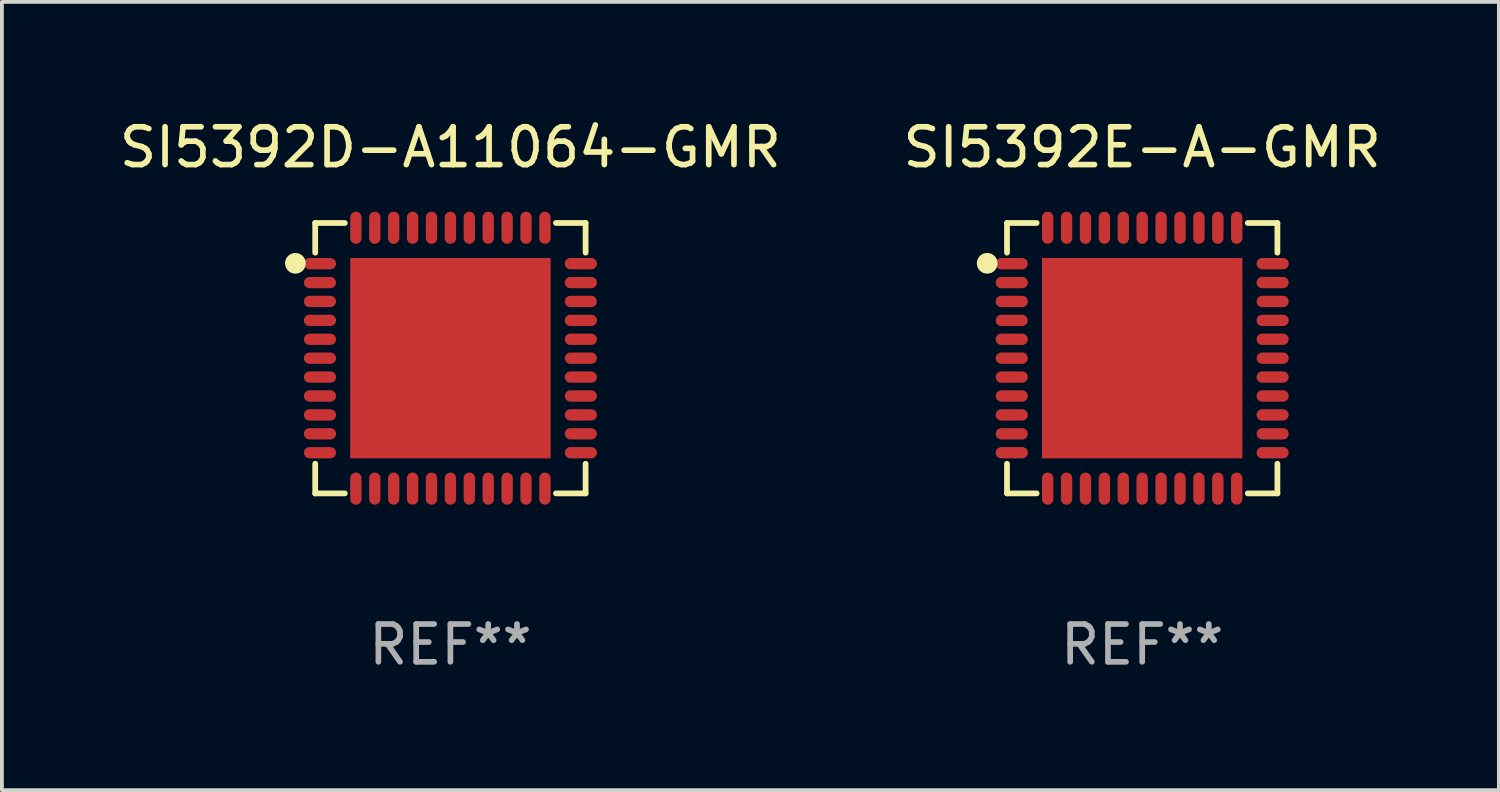
<source format=kicad_pcb>
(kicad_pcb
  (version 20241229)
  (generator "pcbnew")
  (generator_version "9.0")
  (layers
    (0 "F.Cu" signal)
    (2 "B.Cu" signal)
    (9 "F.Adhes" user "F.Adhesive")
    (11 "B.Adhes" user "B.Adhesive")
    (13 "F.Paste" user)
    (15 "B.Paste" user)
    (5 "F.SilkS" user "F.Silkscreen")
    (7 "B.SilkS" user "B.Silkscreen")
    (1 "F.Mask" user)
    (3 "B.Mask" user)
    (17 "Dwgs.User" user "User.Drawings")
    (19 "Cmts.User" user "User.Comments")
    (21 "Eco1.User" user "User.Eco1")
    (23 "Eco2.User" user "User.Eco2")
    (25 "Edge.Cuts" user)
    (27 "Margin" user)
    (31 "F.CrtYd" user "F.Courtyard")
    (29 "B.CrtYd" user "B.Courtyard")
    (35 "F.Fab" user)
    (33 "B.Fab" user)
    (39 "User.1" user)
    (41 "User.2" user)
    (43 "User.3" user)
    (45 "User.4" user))
  (footprint "SI5392E-A-GMR"
    (layer "F.Cu")
    (at 27.161 6.424)
    (property "Reference" "SI5392E-A-GMR" (at 0 -5.576 0) (layer "F.SilkS") (effects (font (size 1 1) (thickness 0.15))))
    (attr through_hole)
    (fp_line (start -3.576 -3.576) (end -2.792 -3.576) (stroke (width 0.152) (type solid)) (layer "F.SilkS"))
    (fp_line (start -3.576 -2.792) (end -3.576 -3.576) (stroke (width 0.152) (type solid)) (layer "F.SilkS"))
    (fp_line (start -3.576 2.792) (end -3.576 3.576) (stroke (width 0.152) (type solid)) (layer "F.SilkS"))
    (fp_line (start -3.576 3.576) (end -2.792 3.576) (stroke (width 0.152) (type solid)) (layer "F.SilkS"))
    (fp_line (start 3.576 -3.576) (end 2.792 -3.576) (stroke (width 0.152) (type solid)) (layer "F.SilkS"))
    (fp_line (start 3.576 -2.792) (end 3.576 -3.576) (stroke (width 0.152) (type solid)) (layer "F.SilkS"))
    (fp_line (start 3.576 2.792) (end 3.576 3.576) (stroke (width 0.152) (type solid)) (layer "F.SilkS"))
    (fp_line (start 3.576 3.576) (end 2.792 3.576) (stroke (width 0.152) (type solid)) (layer "F.SilkS"))
    (fp_arc (start -4.01016 -2.489967) (mid -3.990094 -2.494704) (end -3.970028 -2.489967) (stroke (width 0.254001) (type solid)) (layer "F.SilkS"))
    (fp_arc (start -3.970028 -2.489967) (mid -3.990094 -2.469901) (end -4.01016 -2.489967) (stroke (width 0.254001) (type solid)) (layer "F.SilkS"))
    (fp_circle (center -4.1 -2.51) (end -4.08 -2.51) (stroke (width 0.254) (type solid)) (fill no) (layer "F.SilkS"))
    (fp_text user "REF**" (at 0 7.576 0) (layer "F.Fab") (effects (font (size 1 1) (thickness 0.15))))
    (pad "1" smd oval (at -3.45 -2.5) (size 0.85 0.3) (layers "F.Cu" "F.Mask" "F.Paste"))
    (pad "2" smd oval (at -3.45 -2) (size 0.85 0.3) (layers "F.Cu" "F.Mask" "F.Paste"))
    (pad "3" smd oval (at -3.45 -1.5) (size 0.85 0.3) (layers "F.Cu" "F.Mask" "F.Paste"))
    (pad "4" smd oval (at -3.45 -1) (size 0.85 0.3) (layers "F.Cu" "F.Mask" "F.Paste"))
    (pad "5" smd oval (at -3.45 -0.5) (size 0.85 0.3) (layers "F.Cu" "F.Mask" "F.Paste"))
    (pad "6" smd oval (at -3.45 0) (size 0.85 0.3) (layers "F.Cu" "F.Mask" "F.Paste"))
    (pad "7" smd oval (at -3.45 0.5) (size 0.85 0.3) (layers "F.Cu" "F.Mask" "F.Paste"))
    (pad "8" smd oval (at -3.45 1) (size 0.85 0.3) (layers "F.Cu" "F.Mask" "F.Paste"))
    (pad "9" smd oval (at -3.45 1.5) (size 0.85 0.3) (layers "F.Cu" "F.Mask" "F.Paste"))
    (pad "10" smd oval (at -3.45 2) (size 0.85 0.3) (layers "F.Cu" "F.Mask" "F.Paste"))
    (pad "11" smd oval (at -3.45 2.5) (size 0.85 0.3) (layers "F.Cu" "F.Mask" "F.Paste"))
    (pad "12" smd oval (at -2.5 3.45) (size 0.3 0.85) (layers "F.Cu" "F.Mask" "F.Paste"))
    (pad "13" smd oval (at -2 3.45) (size 0.3 0.85) (layers "F.Cu" "F.Mask" "F.Paste"))
    (pad "14" smd oval (at -1.5 3.45) (size 0.3 0.85) (layers "F.Cu" "F.Mask" "F.Paste"))
    (pad "15" smd oval (at -1 3.45) (size 0.3 0.85) (layers "F.Cu" "F.Mask" "F.Paste"))
    (pad "16" smd oval (at -0.5 3.45) (size 0.3 0.85) (layers "F.Cu" "F.Mask" "F.Paste"))
    (pad "17" smd oval (at 0 3.45) (size 0.3 0.85) (layers "F.Cu" "F.Mask" "F.Paste"))
    (pad "18" smd oval (at 0.5 3.45) (size 0.3 0.85) (layers "F.Cu" "F.Mask" "F.Paste"))
    (pad "19" smd oval (at 1 3.45) (size 0.3 0.85) (layers "F.Cu" "F.Mask" "F.Paste"))
    (pad "20" smd oval (at 1.5 3.45) (size 0.3 0.85) (layers "F.Cu" "F.Mask" "F.Paste"))
    (pad "21" smd oval (at 2 3.45) (size 0.3 0.85) (layers "F.Cu" "F.Mask" "F.Paste"))
    (pad "22" smd oval (at 2.5 3.45) (size 0.3 0.85) (layers "F.Cu" "F.Mask" "F.Paste"))
    (pad "23" smd oval (at 3.45 2.5) (size 0.85 0.3) (layers "F.Cu" "F.Mask" "F.Paste"))
    (pad "24" smd oval (at 3.45 2) (size 0.85 0.3) (layers "F.Cu" "F.Mask" "F.Paste"))
    (pad "25" smd oval (at 3.45 1.5) (size 0.85 0.3) (layers "F.Cu" "F.Mask" "F.Paste"))
    (pad "26" smd oval (at 3.45 1) (size 0.85 0.3) (layers "F.Cu" "F.Mask" "F.Paste"))
    (pad "27" smd oval (at 3.45 0.5) (size 0.85 0.3) (layers "F.Cu" "F.Mask" "F.Paste"))
    (pad "28" smd oval (at 3.45 0) (size 0.85 0.3) (layers "F.Cu" "F.Mask" "F.Paste"))
    (pad "29" smd oval (at 3.45 -0.5) (size 0.85 0.3) (layers "F.Cu" "F.Mask" "F.Paste"))
    (pad "30" smd oval (at 3.45 -1) (size 0.85 0.3) (layers "F.Cu" "F.Mask" "F.Paste"))
    (pad "31" smd oval (at 3.45 -1.5) (size 0.85 0.3) (layers "F.Cu" "F.Mask" "F.Paste"))
    (pad "32" smd oval (at 3.45 -2) (size 0.85 0.3) (layers "F.Cu" "F.Mask" "F.Paste"))
    (pad "33" smd oval (at 3.45 -2.5) (size 0.85 0.3) (layers "F.Cu" "F.Mask" "F.Paste"))
    (pad "34" smd oval (at 2.5 -3.45) (size 0.3 0.85) (layers "F.Cu" "F.Mask" "F.Paste"))
    (pad "35" smd oval (at 2 -3.45) (size 0.3 0.85) (layers "F.Cu" "F.Mask" "F.Paste"))
    (pad "36" smd oval (at 1.5 -3.45) (size 0.3 0.85) (layers "F.Cu" "F.Mask" "F.Paste"))
    (pad "37" smd oval (at 1 -3.45) (size 0.3 0.85) (layers "F.Cu" "F.Mask" "F.Paste"))
    (pad "38" smd oval (at 0.5 -3.45) (size 0.3 0.85) (layers "F.Cu" "F.Mask" "F.Paste"))
    (pad "39" smd oval (at 0 -3.45) (size 0.3 0.85) (layers "F.Cu" "F.Mask" "F.Paste"))
    (pad "40" smd oval (at -0.5 -3.45) (size 0.3 0.85) (layers "F.Cu" "F.Mask" "F.Paste"))
    (pad "41" smd oval (at -1 -3.45) (size 0.3 0.85) (layers "F.Cu" "F.Mask" "F.Paste"))
    (pad "42" smd oval (at -1.5 -3.45) (size 0.3 0.85) (layers "F.Cu" "F.Mask" "F.Paste"))
    (pad "43" smd oval (at -2 -3.45) (size 0.3 0.85) (layers "F.Cu" "F.Mask" "F.Paste"))
    (pad "44" smd oval (at -2.5 -3.45) (size 0.3 0.85) (layers "F.Cu" "F.Mask" "F.Paste"))
    (pad "45" smd rect (at 0 0) (size 5.3 5.3) (layers "F.Cu" "F.Mask" "F.Paste")))
  (footprint "SI5392D-A11064-GMR"
    (layer "F.Cu")
    (at 8.863 6.424)
    (property "Reference" "SI5392D-A11064-GMR" (at 0 -5.576 0) (layer "F.SilkS") (effects (font (size 1 1) (thickness 0.15))))
    (attr through_hole)
    (fp_line (start -3.576 -3.576) (end -2.792 -3.576) (stroke (width 0.152) (type solid)) (layer "F.SilkS"))
    (fp_line (start -3.576 -2.792) (end -3.576 -3.576) (stroke (width 0.152) (type solid)) (layer "F.SilkS"))
    (fp_line (start -3.576 2.792) (end -3.576 3.576) (stroke (width 0.152) (type solid)) (layer "F.SilkS"))
    (fp_line (start -3.576 3.576) (end -2.792 3.576) (stroke (width 0.152) (type solid)) (layer "F.SilkS"))
    (fp_line (start 3.576 -3.576) (end 2.792 -3.576) (stroke (width 0.152) (type solid)) (layer "F.SilkS"))
    (fp_line (start 3.576 -2.792) (end 3.576 -3.576) (stroke (width 0.152) (type solid)) (layer "F.SilkS"))
    (fp_line (start 3.576 2.792) (end 3.576 3.576) (stroke (width 0.152) (type solid)) (layer "F.SilkS"))
    (fp_line (start 3.576 3.576) (end 2.792 3.576) (stroke (width 0.152) (type solid)) (layer "F.SilkS"))
    (fp_arc (start -4.01016 -2.489967) (mid -3.990094 -2.494704) (end -3.970028 -2.489967) (stroke (width 0.254001) (type solid)) (layer "F.SilkS"))
    (fp_arc (start -3.970028 -2.489967) (mid -3.990094 -2.469901) (end -4.01016 -2.489967) (stroke (width 0.254001) (type solid)) (layer "F.SilkS"))
    (fp_circle (center -4.1 -2.51) (end -4.08 -2.51) (stroke (width 0.254) (type solid)) (fill no) (layer "F.SilkS"))
    (fp_text user "REF**" (at 0 7.576 0) (layer "F.Fab") (effects (font (size 1 1) (thickness 0.15))))
    (pad "1" smd oval (at -3.45 -2.5) (size 0.85 0.3) (layers "F.Cu" "F.Mask" "F.Paste"))
    (pad "2" smd oval (at -3.45 -2) (size 0.85 0.3) (layers "F.Cu" "F.Mask" "F.Paste"))
    (pad "3" smd oval (at -3.45 -1.5) (size 0.85 0.3) (layers "F.Cu" "F.Mask" "F.Paste"))
    (pad "4" smd oval (at -3.45 -1) (size 0.85 0.3) (layers "F.Cu" "F.Mask" "F.Paste"))
    (pad "5" smd oval (at -3.45 -0.5) (size 0.85 0.3) (layers "F.Cu" "F.Mask" "F.Paste"))
    (pad "6" smd oval (at -3.45 0) (size 0.85 0.3) (layers "F.Cu" "F.Mask" "F.Paste"))
    (pad "7" smd oval (at -3.45 0.5) (size 0.85 0.3) (layers "F.Cu" "F.Mask" "F.Paste"))
    (pad "8" smd oval (at -3.45 1) (size 0.85 0.3) (layers "F.Cu" "F.Mask" "F.Paste"))
    (pad "9" smd oval (at -3.45 1.5) (size 0.85 0.3) (layers "F.Cu" "F.Mask" "F.Paste"))
    (pad "10" smd oval (at -3.45 2) (size 0.85 0.3) (layers "F.Cu" "F.Mask" "F.Paste"))
    (pad "11" smd oval (at -3.45 2.5) (size 0.85 0.3) (layers "F.Cu" "F.Mask" "F.Paste"))
    (pad "12" smd oval (at -2.5 3.45) (size 0.3 0.85) (layers "F.Cu" "F.Mask" "F.Paste"))
    (pad "13" smd oval (at -2 3.45) (size 0.3 0.85) (layers "F.Cu" "F.Mask" "F.Paste"))
    (pad "14" smd oval (at -1.5 3.45) (size 0.3 0.85) (layers "F.Cu" "F.Mask" "F.Paste"))
    (pad "15" smd oval (at -1 3.45) (size 0.3 0.85) (layers "F.Cu" "F.Mask" "F.Paste"))
    (pad "16" smd oval (at -0.5 3.45) (size 0.3 0.85) (layers "F.Cu" "F.Mask" "F.Paste"))
    (pad "17" smd oval (at 0 3.45) (size 0.3 0.85) (layers "F.Cu" "F.Mask" "F.Paste"))
    (pad "18" smd oval (at 0.5 3.45) (size 0.3 0.85) (layers "F.Cu" "F.Mask" "F.Paste"))
    (pad "19" smd oval (at 1 3.45) (size 0.3 0.85) (layers "F.Cu" "F.Mask" "F.Paste"))
    (pad "20" smd oval (at 1.5 3.45) (size 0.3 0.85) (layers "F.Cu" "F.Mask" "F.Paste"))
    (pad "21" smd oval (at 2 3.45) (size 0.3 0.85) (layers "F.Cu" "F.Mask" "F.Paste"))
    (pad "22" smd oval (at 2.5 3.45) (size 0.3 0.85) (layers "F.Cu" "F.Mask" "F.Paste"))
    (pad "23" smd oval (at 3.45 2.5) (size 0.85 0.3) (layers "F.Cu" "F.Mask" "F.Paste"))
    (pad "24" smd oval (at 3.45 2) (size 0.85 0.3) (layers "F.Cu" "F.Mask" "F.Paste"))
    (pad "25" smd oval (at 3.45 1.5) (size 0.85 0.3) (layers "F.Cu" "F.Mask" "F.Paste"))
    (pad "26" smd oval (at 3.45 1) (size 0.85 0.3) (layers "F.Cu" "F.Mask" "F.Paste"))
    (pad "27" smd oval (at 3.45 0.5) (size 0.85 0.3) (layers "F.Cu" "F.Mask" "F.Paste"))
    (pad "28" smd oval (at 3.45 0) (size 0.85 0.3) (layers "F.Cu" "F.Mask" "F.Paste"))
    (pad "29" smd oval (at 3.45 -0.5) (size 0.85 0.3) (layers "F.Cu" "F.Mask" "F.Paste"))
    (pad "30" smd oval (at 3.45 -1) (size 0.85 0.3) (layers "F.Cu" "F.Mask" "F.Paste"))
    (pad "31" smd oval (at 3.45 -1.5) (size 0.85 0.3) (layers "F.Cu" "F.Mask" "F.Paste"))
    (pad "32" smd oval (at 3.45 -2) (size 0.85 0.3) (layers "F.Cu" "F.Mask" "F.Paste"))
    (pad "33" smd oval (at 3.45 -2.5) (size 0.85 0.3) (layers "F.Cu" "F.Mask" "F.Paste"))
    (pad "34" smd oval (at 2.5 -3.45) (size 0.3 0.85) (layers "F.Cu" "F.Mask" "F.Paste"))
    (pad "35" smd oval (at 2 -3.45) (size 0.3 0.85) (layers "F.Cu" "F.Mask" "F.Paste"))
    (pad "36" smd oval (at 1.5 -3.45) (size 0.3 0.85) (layers "F.Cu" "F.Mask" "F.Paste"))
    (pad "37" smd oval (at 1 -3.45) (size 0.3 0.85) (layers "F.Cu" "F.Mask" "F.Paste"))
    (pad "38" smd oval (at 0.5 -3.45) (size 0.3 0.85) (layers "F.Cu" "F.Mask" "F.Paste"))
    (pad "39" smd oval (at 0 -3.45) (size 0.3 0.85) (layers "F.Cu" "F.Mask" "F.Paste"))
    (pad "40" smd oval (at -0.5 -3.45) (size 0.3 0.85) (layers "F.Cu" "F.Mask" "F.Paste"))
    (pad "41" smd oval (at -1 -3.45) (size 0.3 0.85) (layers "F.Cu" "F.Mask" "F.Paste"))
    (pad "42" smd oval (at -1.5 -3.45) (size 0.3 0.85) (layers "F.Cu" "F.Mask" "F.Paste"))
    (pad "43" smd oval (at -2 -3.45) (size 0.3 0.85) (layers "F.Cu" "F.Mask" "F.Paste"))
    (pad "44" smd oval (at -2.5 -3.45) (size 0.3 0.85) (layers "F.Cu" "F.Mask" "F.Paste"))
    (pad "45" smd rect (at 0 0) (size 5.3 5.3) (layers "F.Cu" "F.Mask" "F.Paste")))
  (gr_rect
    (start -3 -3)
    (end 36.595 17.849)
    (stroke (width 0.1) (type default))
    (fill no)
    (layer "Edge.Cuts")))
</source>
